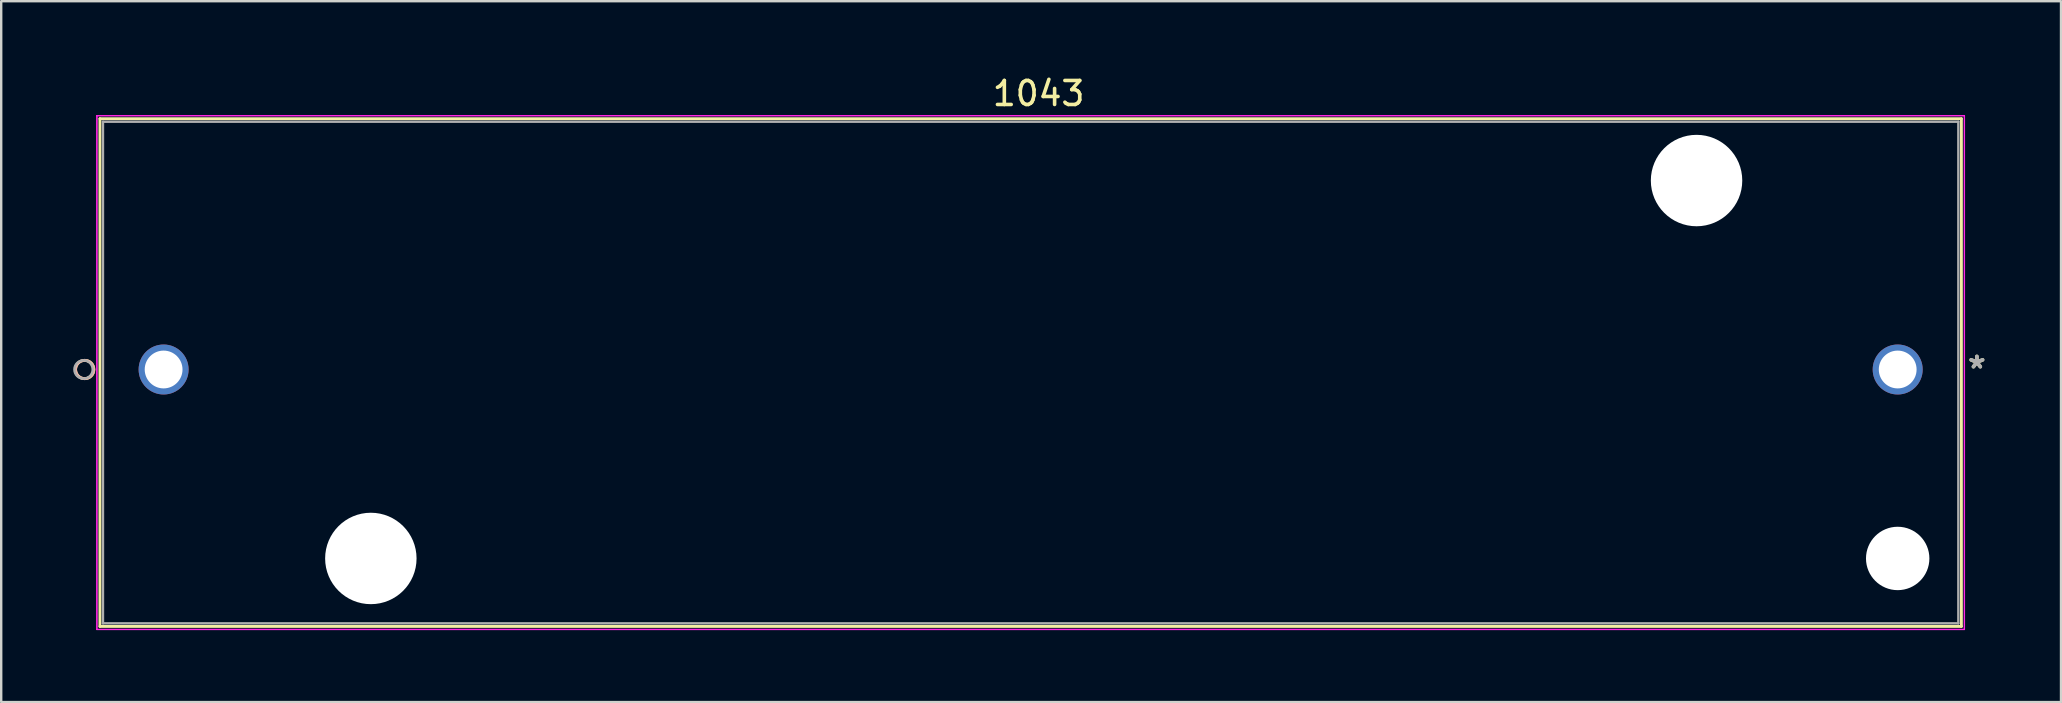
<source format=kicad_pcb>
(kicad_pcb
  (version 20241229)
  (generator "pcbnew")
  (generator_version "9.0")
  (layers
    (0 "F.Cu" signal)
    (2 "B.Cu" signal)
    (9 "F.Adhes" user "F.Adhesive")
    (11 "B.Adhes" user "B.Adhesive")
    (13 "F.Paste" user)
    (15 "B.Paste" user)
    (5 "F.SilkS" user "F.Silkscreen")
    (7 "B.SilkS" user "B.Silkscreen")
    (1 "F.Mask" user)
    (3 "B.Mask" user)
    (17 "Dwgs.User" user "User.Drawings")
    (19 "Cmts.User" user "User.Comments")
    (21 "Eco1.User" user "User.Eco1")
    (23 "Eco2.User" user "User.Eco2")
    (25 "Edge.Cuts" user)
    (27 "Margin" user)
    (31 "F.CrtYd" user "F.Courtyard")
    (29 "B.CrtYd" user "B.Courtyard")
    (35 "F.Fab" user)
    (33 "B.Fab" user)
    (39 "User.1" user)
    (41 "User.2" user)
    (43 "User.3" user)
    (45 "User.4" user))
  (footprint "1043"
    (layer "F.Cu")
    (at 76.031 12.348)
    (property "Reference" "1043" (at -35.8 -11.5 0) (layer "F.SilkS") (effects (font (size 1 1) (thickness 0.15))))
    (attr through_hole)
    (fp_line (start -74.917 -10.452) (end -74.917 10.706) (stroke (width 0.12) (type solid)) (layer "F.SilkS"))
    (fp_line (start -74.917 10.706) (end 2.654 10.706) (stroke (width 0.12) (type solid)) (layer "F.SilkS"))
    (fp_line (start 2.654 -10.452) (end -74.917 -10.452) (stroke (width 0.12) (type solid)) (layer "F.SilkS"))
    (fp_line (start 2.654 10.706) (end 2.654 -10.452) (stroke (width 0.12) (type solid)) (layer "F.SilkS"))
    (fp_circle (center -75.552 0) (end -75.171 0) (stroke (width 0.12) (type solid)) (fill no) (layer "F.SilkS"))
    (fp_circle (center -75.552 0) (end -75.171 0) (stroke (width 0.12) (type solid)) (fill no) (layer "B.SilkS"))
    (fp_line (start -75.044 -10.579) (end -75.044 10.833) (stroke (width 0.05) (type solid)) (layer "F.CrtYd"))
    (fp_line (start -75.044 -10.579) (end -75.044 10.833) (stroke (width 0.05) (type solid)) (layer "F.CrtYd"))
    (fp_line (start -75.044 10.833) (end 2.781 10.833) (stroke (width 0.05) (type solid)) (layer "F.CrtYd"))
    (fp_line (start -75.044 10.833) (end 2.781 10.833) (stroke (width 0.05) (type solid)) (layer "F.CrtYd"))
    (fp_line (start 2.781 -10.579) (end -75.044 -10.579) (stroke (width 0.05) (type solid)) (layer "F.CrtYd"))
    (fp_line (start 2.781 -10.579) (end -75.044 -10.579) (stroke (width 0.05) (type solid)) (layer "F.CrtYd"))
    (fp_line (start 2.781 10.833) (end 2.781 -10.579) (stroke (width 0.05) (type solid)) (layer "F.CrtYd"))
    (fp_line (start 2.781 10.833) (end 2.781 -10.579) (stroke (width 0.05) (type solid)) (layer "F.CrtYd"))
    (fp_line (start -74.79 -10.325) (end -74.79 10.579) (stroke (width 0.1) (type solid)) (layer "F.Fab"))
    (fp_line (start -74.79 10.579) (end 2.527 10.579) (stroke (width 0.1) (type solid)) (layer "F.Fab"))
    (fp_line (start 2.527 -10.325) (end -74.79 -10.325) (stroke (width 0.1) (type solid)) (layer "F.Fab"))
    (fp_line (start 2.527 10.579) (end 2.527 -10.325) (stroke (width 0.1) (type solid)) (layer "F.Fab"))
    (fp_circle (center -75.6 0) (end -75.219 0) (stroke (width 0.1) (type solid)) (fill no) (layer "F.Fab"))
    (fp_text user "*" (at 3.3 0 0) (layer "F.SilkS") (effects (font (size 1 1) (thickness 0.15))))
    (fp_text user "*" (at 3.3 0 0) (layer "F.Fab") (effects (font (size 1 1) (thickness 0.15))))
    (pad "" np_thru_hole circle (at -63.627 7.874) (size 3.81 3.81) (drill 3.81) (layers "*.Cu" "*.Mask"))
    (pad "" np_thru_hole circle (at -8.382 -7.874) (size 3.81 3.81) (drill 3.81) (layers "*.Cu" "*.Mask"))
    (pad "" np_thru_hole circle (at 0 7.874) (size 2.642 2.642) (drill 2.642) (layers "*.Cu" "*.Mask"))
    (pad "1" thru_hole circle (at -72.263 0) (size 2.083 2.083) (drill 1.575) (layers "*.Cu" "*.Mask"))
    (pad "2" thru_hole circle (at 0 0) (size 2.083 2.083) (drill 1.575) (layers "*.Cu" "*.Mask")))
  (gr_rect
    (start -3 -3)
    (end 82.837 26.206)
    (stroke (width 0.1) (type default))
    (fill no)
    (layer "Edge.Cuts")))
</source>
